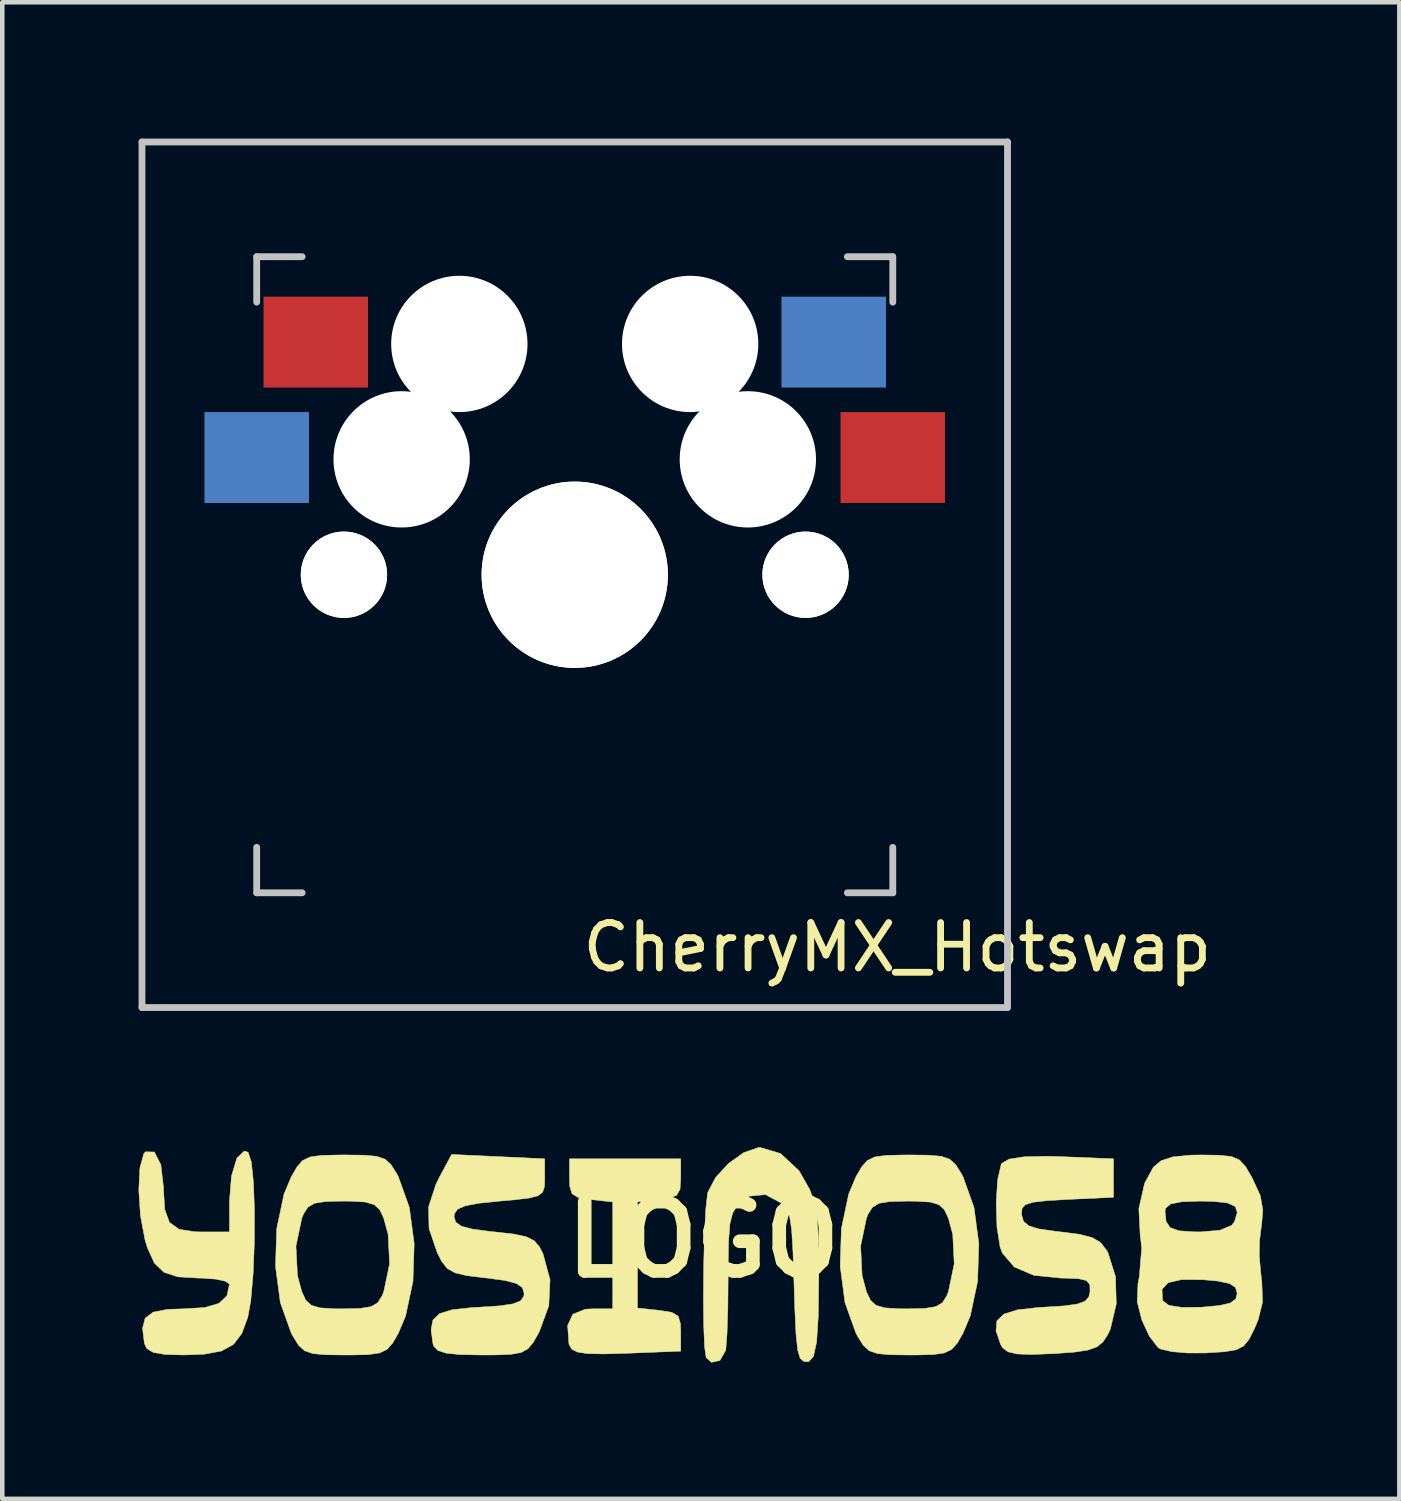
<source format=kicad_pcb>
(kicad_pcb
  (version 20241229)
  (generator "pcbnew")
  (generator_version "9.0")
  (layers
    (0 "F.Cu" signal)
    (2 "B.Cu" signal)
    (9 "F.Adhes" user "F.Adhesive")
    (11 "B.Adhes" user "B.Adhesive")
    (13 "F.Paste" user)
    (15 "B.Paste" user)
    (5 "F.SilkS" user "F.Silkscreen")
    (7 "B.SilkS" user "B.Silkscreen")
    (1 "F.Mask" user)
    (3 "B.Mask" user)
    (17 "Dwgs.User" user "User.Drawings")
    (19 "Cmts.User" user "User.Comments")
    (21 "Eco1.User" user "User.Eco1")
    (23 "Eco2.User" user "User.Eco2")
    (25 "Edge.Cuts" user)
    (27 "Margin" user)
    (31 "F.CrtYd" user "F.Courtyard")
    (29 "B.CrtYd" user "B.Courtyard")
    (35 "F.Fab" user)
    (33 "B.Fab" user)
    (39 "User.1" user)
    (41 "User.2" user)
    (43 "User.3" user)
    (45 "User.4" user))
  (footprint "CherryMX_Hotswap"
    (layer "F.Cu")
    (at 9.6 9.6)
    (property "Reference" "CherryMX_Hotswap" (at 7.1 8.2 0) (layer "F.SilkS") (effects (font (size 1 1) (thickness 0.15))))
    (attr through_hole)
    (fp_line (start -9.525 -9.525) (end 9.525 -9.525) (stroke (width 0.15) (type solid)) (layer "Dwgs.User"))
    (fp_line (start -9.525 9.525) (end -9.525 -9.525) (stroke (width 0.15) (type solid)) (layer "Dwgs.User"))
    (fp_line (start -7 -7) (end -6 -7) (stroke (width 0.15) (type solid)) (layer "Dwgs.User"))
    (fp_line (start -7 -6) (end -7 -7) (stroke (width 0.15) (type solid)) (layer "Dwgs.User"))
    (fp_line (start -7 6) (end -7 7) (stroke (width 0.15) (type solid)) (layer "Dwgs.User"))
    (fp_line (start -7 7) (end -6 7) (stroke (width 0.15) (type solid)) (layer "Dwgs.User"))
    (fp_line (start 6 7) (end 7 7) (stroke (width 0.15) (type solid)) (layer "Dwgs.User"))
    (fp_line (start 7 -7) (end 6 -7) (stroke (width 0.15) (type solid)) (layer "Dwgs.User"))
    (fp_line (start 7 -7) (end 7 -6) (stroke (width 0.15) (type solid)) (layer "Dwgs.User"))
    (fp_line (start 7 7) (end 7 6) (stroke (width 0.15) (type solid)) (layer "Dwgs.User"))
    (fp_line (start 9.525 -9.525) (end 9.525 9.525) (stroke (width 0.15) (type solid)) (layer "Dwgs.User"))
    (fp_line (start 9.525 9.525) (end -9.525 9.525) (stroke (width 0.15) (type solid)) (layer "Dwgs.User"))
    (pad "" np_thru_hole circle (at -5.08 0) (size 1.9 1.9) (drill 1.9) (layers "*.Cu" "*.Mask" "F.SilkS"))
    (pad "" np_thru_hole circle (at -3.81 -2.54 180) (size 3 3) (drill 3) (layers "*.Cu" "*.Mask"))
    (pad "" np_thru_hole circle (at -2.54 -5.08 180) (size 3 3) (drill 3) (layers "*.Cu" "*.Mask"))
    (pad "" np_thru_hole circle (at 0 0 90) (size 4.1 4.1) (drill 4.1) (layers "*.Cu" "*.Mask" "F.SilkS"))
    (pad "" np_thru_hole circle (at 2.54 -5.08 180) (size 3 3) (drill 3) (layers "*.Cu" "*.Mask"))
    (pad "" np_thru_hole circle (at 3.81 -2.54 180) (size 3 3) (drill 3) (layers "*.Cu" "*.Mask"))
    (pad "" np_thru_hole circle (at 5.08 0) (size 1.9 1.9) (drill 1.9) (layers "*.Cu" "*.Mask" "F.SilkS"))
    (pad "1" smd rect (at -7 -2.58 180) (size 2.3 2) (layers "B.Cu" "B.Mask" "B.Paste"))
    (pad "1" smd rect (at 7 -2.58 180) (size 2.3 2) (layers "F.Cu" "F.Mask" "F.Paste"))
    (pad "2" smd rect (at -5.7 -5.12 180) (size 2.3 2) (layers "F.Cu" "F.Mask" "F.Paste"))
    (pad "2" smd rect (at 5.7 -5.12 180) (size 2.3 2) (layers "B.Cu" "B.Mask" "B.Paste")))
  (footprint "LOGO"
    (layer "F.Cu")
    (at 12.432 24.233)
    (property "Reference" "LOGO" (at 0 0 0) (layer "F.SilkS") (effects (font (size 1.524 1.524) (thickness 0.3))))
    (attr through_hole)
    (fp_poly (pts (xy -0.499 -1.355) (xy -0.515 -1.106) (xy -0.592 -0.972) (xy -0.775 -0.907) (xy -0.975 -0.88) (xy -1.451 -0.829) (xy -1.451 1.506) (xy -0.975 1.557) (xy -0.697 1.601) (xy -0.555 1.685) (xy -0.505 1.854) (xy -0.499 2.032) (xy -0.499 2.455) (xy -1.703 2.503) (xy -2.202 2.517) (xy -2.549 2.51) (xy -2.771 2.476) (xy -2.897 2.413) (xy -2.954 2.314) (xy -2.96 2.291) (xy -2.989 1.89) (xy -2.873 1.642) (xy -2.6 1.533) (xy -2.452 1.524) (xy -1.996 1.524) (xy -1.996 -0.829) (xy -2.472 -0.88) (xy -2.75 -0.924) (xy -2.892 -1.008) (xy -2.943 -1.176) (xy -2.948 -1.355) (xy -2.948 -1.778) (xy -0.499 -1.778) (xy -0.499 -1.355)) (stroke (width 0.01) (type solid)) (fill yes) (layer "F.SilkS"))
    (fp_poly (pts (xy 1.698 -1.894) (xy 2.103 -1.518) (xy 2.343 -1.098) (xy 2.442 -0.813) (xy 2.502 -0.477) (xy 2.531 0.004) (xy 2.539 0.72) (xy 2.539 0.827) (xy 2.528 1.686) (xy 2.492 2.252) (xy 2.422 2.573) (xy 2.312 2.692) (xy 2.212 2.682) (xy 2.13 2.614) (xy 2.075 2.435) (xy 2.038 2.083) (xy 2.01 1.493) (xy 1.996 1.019) (xy 1.971 0.267) (xy 1.942 -0.218) (xy 1.897 -0.51) (xy 1.826 -0.681) (xy 1.724 -0.798) (xy 1.365 -0.991) (xy 0.999 -0.954) (xy 0.746 -0.752) (xy 0.643 -0.582) (xy 0.583 -0.345) (xy 0.553 0.041) (xy 0.544 0.661) (xy 0.544 0.842) (xy 0.538 1.511) (xy 0.52 2.068) (xy 0.494 2.41) (xy 0.489 2.441) (xy 0.363 2.661) (xy 0.176 2.702) (xy 0.06 2.596) (xy 0.026 2.365) (xy 0.006 1.887) (xy 0.000008 1.254) (xy 0.006 0.557) (xy 0.024 -0.114) (xy 0.052 -0.666) (xy 0.09 -1.01) (xy 0.098 -1.042) (xy 0.268 -1.367) (xy 0.552 -1.676) (xy 0.888 -1.914) (xy 1.21 -2.026) (xy 1.25 -2.028) (xy 1.698 -1.894)) (stroke (width 0.01) (type solid)) (fill yes) (layer "F.SilkS"))
    (fp_poly (pts (xy -10.021 -1.922) (xy -9.95 -1.709) (xy -9.903 -1.247) (xy -9.881 -0.624) (xy -9.884 0.073) (xy -9.911 0.758) (xy -9.962 1.343) (xy -10.028 1.709) (xy -10.159 2.065) (xy -10.342 2.307) (xy -10.609 2.453) (xy -10.995 2.524) (xy -11.439 2.54) (xy -11.848 2.528) (xy -12.108 2.484) (xy -12.251 2.4) (xy -12.304 2.286) (xy -12.344 1.952) (xy -12.287 1.729) (xy -12.111 1.597) (xy -11.793 1.535) (xy -11.451 1.524) (xy -10.977 1.496) (xy -10.662 1.403) (xy -10.487 1.236) (xy -10.432 0.985) (xy -10.432 0.982) (xy -10.515 0.918) (xy -10.736 0.87) (xy -11.05 0.847) (xy -11.118 0.847) (xy -11.567 0.82) (xy -11.875 0.719) (xy -12.085 0.516) (xy -12.237 0.182) (xy -12.291 0.003) (xy -12.39 -0.523) (xy -12.427 -1.085) (xy -12.403 -1.577) (xy -12.318 -1.889) (xy -12.28 -1.932) (xy -12.084 -1.928) (xy -11.942 -1.648) (xy -11.884 -1.15) (xy -11.884 -1.114) (xy -11.856 -0.662) (xy -11.752 -0.378) (xy -11.541 -0.226) (xy -11.192 -0.172) (xy -11.049 -0.169) (xy -10.432 -0.169) (xy -10.432 -0.835) (xy -10.387 -1.399) (xy -10.269 -1.793) (xy -10.105 -1.949) (xy -10.021 -1.922)) (stroke (width 0.01) (type solid)) (fill yes) (layer "F.SilkS"))
    (fp_poly (pts (xy -7.472 -1.858) (xy -7.191 -1.833) (xy -7.007 -1.769) (xy -6.875 -1.65) (xy -6.755 -1.458) (xy -6.713 -1.38) (xy -6.473 -0.71) (xy -6.366 0.09) (xy -6.393 0.92) (xy -6.554 1.679) (xy -6.713 2.057) (xy -6.838 2.276) (xy -6.962 2.416) (xy -7.125 2.495) (xy -7.371 2.531) (xy -7.743 2.54) (xy -7.892 2.54) (xy -8.312 2.535) (xy -8.593 2.51) (xy -8.778 2.447) (xy -8.909 2.328) (xy -9.029 2.136) (xy -9.072 2.057) (xy -9.312 1.387) (xy -9.418 0.587) (xy -9.404 0.144) (xy -8.968 0.144) (xy -8.935 0.794) (xy -8.839 1.148) (xy -8.752 1.334) (xy -8.631 1.446) (xy -8.434 1.503) (xy -8.118 1.523) (xy -7.938 1.524) (xy -7.558 1.515) (xy -7.316 1.476) (xy -7.168 1.39) (xy -7.072 1.237) (xy -7.036 1.148) (xy -6.907 0.534) (xy -6.94 -0.116) (xy -7.036 -0.47) (xy -7.123 -0.657) (xy -7.244 -0.769) (xy -7.441 -0.826) (xy -7.757 -0.845) (xy -7.938 -0.847) (xy -8.317 -0.838) (xy -8.559 -0.799) (xy -8.707 -0.712) (xy -8.803 -0.56) (xy -8.839 -0.47) (xy -8.968 0.144) (xy -9.404 0.144) (xy -9.391 -0.242) (xy -9.231 -1.002) (xy -9.072 -1.38) (xy -8.946 -1.599) (xy -8.823 -1.739) (xy -8.659 -1.818) (xy -8.413 -1.853) (xy -8.042 -1.862) (xy -7.892 -1.863) (xy -7.472 -1.858)) (stroke (width 0.01) (type solid)) (fill yes) (layer "F.SilkS"))
    (fp_poly (pts (xy 4.955 -1.858) (xy 5.236 -1.833) (xy 5.421 -1.769) (xy 5.552 -1.65) (xy 5.673 -1.458) (xy 5.715 -1.38) (xy 5.955 -0.71) (xy 6.062 0.09) (xy 6.035 0.92) (xy 5.874 1.679) (xy 5.715 2.057) (xy 5.59 2.276) (xy 5.466 2.416) (xy 5.303 2.495) (xy 5.057 2.531) (xy 4.685 2.54) (xy 4.536 2.54) (xy 4.116 2.535) (xy 3.835 2.51) (xy 3.65 2.447) (xy 3.519 2.328) (xy 3.399 2.136) (xy 3.356 2.057) (xy 3.116 1.387) (xy 3.01 0.587) (xy 3.024 0.144) (xy 3.46 0.144) (xy 3.493 0.794) (xy 3.588 1.148) (xy 3.676 1.334) (xy 3.797 1.446) (xy 3.993 1.503) (xy 4.31 1.523) (xy 4.49 1.524) (xy 4.87 1.515) (xy 5.112 1.476) (xy 5.26 1.39) (xy 5.356 1.237) (xy 5.392 1.148) (xy 5.52 0.534) (xy 5.488 -0.116) (xy 5.392 -0.47) (xy 5.304 -0.657) (xy 5.184 -0.769) (xy 4.987 -0.826) (xy 4.671 -0.845) (xy 4.49 -0.847) (xy 4.11 -0.838) (xy 3.868 -0.799) (xy 3.721 -0.712) (xy 3.624 -0.56) (xy 3.588 -0.47) (xy 3.46 0.144) (xy 3.024 0.144) (xy 3.037 -0.242) (xy 3.197 -1.002) (xy 3.356 -1.38) (xy 3.482 -1.599) (xy 3.605 -1.739) (xy 3.769 -1.818) (xy 4.015 -1.853) (xy 4.386 -1.862) (xy 4.536 -1.863) (xy 4.955 -1.858)) (stroke (width 0.01) (type solid)) (fill yes) (layer "F.SilkS"))
    (fp_poly (pts (xy 7.859 -1.826) (xy 9.026 -1.778) (xy 9.026 -0.931) (xy 7.999 -0.883) (xy 7.554 -0.857) (xy 7.26 -0.823) (xy 7.09 -0.77) (xy 7.013 -0.688) (xy 7.001 -0.567) (xy 7.003 -0.545) (xy 7.045 -0.402) (xy 7.161 -0.303) (xy 7.382 -0.235) (xy 7.743 -0.183) (xy 7.868 -0.169) (xy 8.284 -0.115) (xy 8.562 -0.042) (xy 8.745 0.069) (xy 8.876 0.238) (xy 8.903 0.287) (xy 9.07 0.815) (xy 9.087 1.416) (xy 8.956 1.972) (xy 8.903 2.084) (xy 8.797 2.249) (xy 8.663 2.36) (xy 8.463 2.432) (xy 8.159 2.478) (xy 7.715 2.51) (xy 7.68 2.511) (xy 7.217 2.529) (xy 6.902 2.517) (xy 6.703 2.47) (xy 6.585 2.381) (xy 6.539 2.302) (xy 6.44 2.006) (xy 6.459 1.79) (xy 6.61 1.641) (xy 6.907 1.547) (xy 7.367 1.495) (xy 7.501 1.487) (xy 7.94 1.459) (xy 8.228 1.419) (xy 8.399 1.356) (xy 8.483 1.26) (xy 8.51 1.143) (xy 8.505 0.99) (xy 8.429 0.901) (xy 8.246 0.859) (xy 7.921 0.847) (xy 7.867 0.847) (xy 7.27 0.786) (xy 6.841 0.602) (xy 6.58 0.297) (xy 6.53 0.163) (xy 6.461 -0.27) (xy 6.444 -0.811) (xy 6.476 -1.319) (xy 6.554 -1.655) (xy 6.567 -1.678) (xy 6.727 -1.771) (xy 7.061 -1.823) (xy 7.571 -1.834) (xy 7.859 -1.826)) (stroke (width 0.01) (type solid)) (fill yes) (layer "F.SilkS"))
    (fp_poly (pts (xy -4.517 -1.826) (xy -3.493 -1.778) (xy -3.493 -1.355) (xy -3.498 -1.169) (xy -3.537 -1.045) (xy -3.639 -0.965) (xy -3.838 -0.914) (xy -4.163 -0.875) (xy -4.49 -0.847) (xy -4.941 -0.8) (xy -5.237 -0.745) (xy -5.408 -0.672) (xy -5.48 -0.572) (xy -5.488 -0.508) (xy -5.453 -0.384) (xy -5.328 -0.295) (xy -5.084 -0.231) (xy -4.693 -0.179) (xy -4.595 -0.169) (xy -4.177 -0.122) (xy -3.899 -0.063) (xy -3.722 0.026) (xy -3.605 0.164) (xy -3.53 0.315) (xy -3.376 0.883) (xy -3.403 1.455) (xy -3.612 2.026) (xy -3.622 2.045) (xy -3.744 2.261) (xy -3.861 2.402) (xy -4.012 2.486) (xy -4.239 2.526) (xy -4.579 2.539) (xy -4.894 2.54) (xy -5.353 2.531) (xy -5.659 2.501) (xy -5.843 2.442) (xy -5.935 2.347) (xy -5.954 2.286) (xy -5.994 1.982) (xy -5.953 1.769) (xy -5.806 1.629) (xy -5.532 1.544) (xy -5.108 1.498) (xy -4.925 1.487) (xy -4.481 1.458) (xy -4.19 1.414) (xy -4.024 1.348) (xy -3.954 1.251) (xy -3.946 1.185) (xy -3.983 1.058) (xy -4.113 0.967) (xy -4.365 0.9) (xy -4.768 0.846) (xy -4.795 0.843) (xy -5.198 0.795) (xy -5.464 0.733) (xy -5.637 0.636) (xy -5.761 0.481) (xy -5.86 0.284) (xy -6.039 -0.242) (xy -6.049 -0.721) (xy -5.887 -1.219) (xy -5.81 -1.373) (xy -5.542 -1.874) (xy -4.517 -1.826)) (stroke (width 0.01) (type solid)) (fill yes) (layer "F.SilkS"))
    (fp_poly (pts (xy 11.358 -1.857) (xy 11.623 -1.828) (xy 11.798 -1.753) (xy 11.93 -1.611) (xy 12.064 -1.382) (xy 12.081 -1.35) (xy 12.257 -0.968) (xy 12.312 -0.65) (xy 12.29 -0.377) (xy 12.239 0.034) (xy 12.234 0.366) (xy 12.274 0.799) (xy 12.291 0.946) (xy 12.306 1.38) (xy 12.21 1.766) (xy 12.127 1.962) (xy 12.01 2.194) (xy 11.89 2.341) (xy 11.723 2.426) (xy 11.464 2.469) (xy 11.069 2.494) (xy 11.052 2.495) (xy 10.656 2.496) (xy 10.31 2.466) (xy 10.068 2.41) (xy 10.007 2.377) (xy 9.812 2.121) (xy 9.65 1.77) (xy 9.547 1.367) (xy 9.559 1.094) (xy 10.094 1.094) (xy 10.104 1.321) (xy 10.112 1.346) (xy 10.242 1.447) (xy 10.541 1.494) (xy 10.961 1.488) (xy 11.354 1.452) (xy 11.595 1.396) (xy 11.717 1.307) (xy 11.748 1.185) (xy 11.711 1.054) (xy 11.58 0.967) (xy 11.324 0.913) (xy 10.985 0.882) (xy 10.524 0.88) (xy 10.23 0.948) (xy 10.094 1.094) (xy 9.559 1.094) (xy 9.565 0.974) (xy 9.594 0.816) (xy 9.647 0.181) (xy 9.613 -0.099) (xy 9.587 -0.621) (xy 10.16 -0.621) (xy 10.182 -0.4) (xy 10.272 -0.264) (xy 10.463 -0.194) (xy 10.789 -0.171) (xy 10.935 -0.169) (xy 11.369 -0.206) (xy 11.627 -0.314) (xy 11.69 -0.397) (xy 11.75 -0.596) (xy 11.706 -0.728) (xy 11.536 -0.806) (xy 11.221 -0.841) (xy 10.916 -0.847) (xy 10.523 -0.832) (xy 10.284 -0.784) (xy 10.175 -0.693) (xy 10.16 -0.621) (xy 9.587 -0.621) (xy 9.584 -0.682) (xy 9.711 -1.242) (xy 9.902 -1.592) (xy 10.071 -1.735) (xy 10.333 -1.821) (xy 10.724 -1.859) (xy 10.958 -1.863) (xy 11.358 -1.857)) (stroke (width 0.01) (type solid)) (fill yes) (layer "F.SilkS")))
  (gr_rect
    (start -3 -3)
    (end 27.749 29.94)
    (stroke (width 0.1) (type default))
    (fill no)
    (layer "Edge.Cuts")))
</source>
